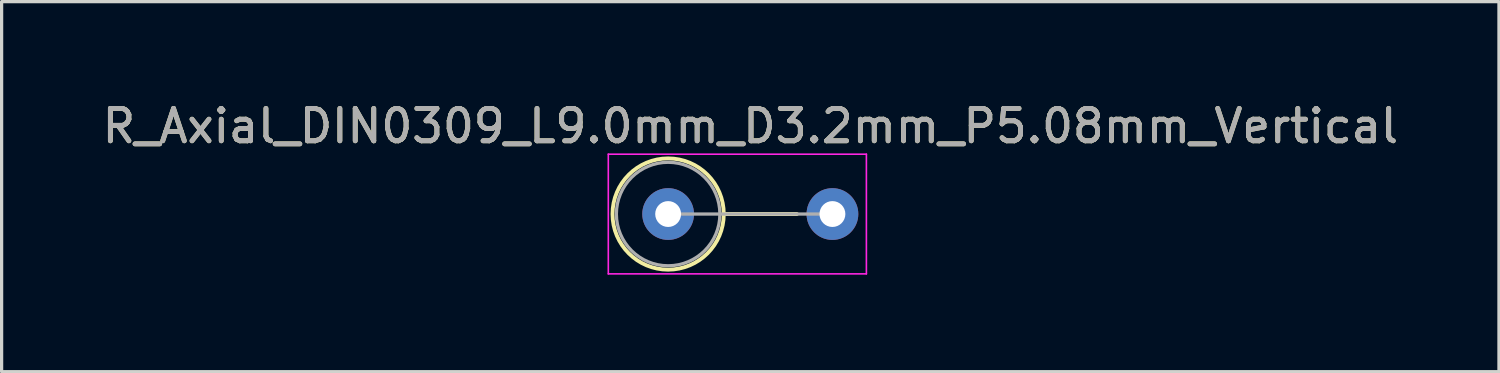
<source format=kicad_pcb>
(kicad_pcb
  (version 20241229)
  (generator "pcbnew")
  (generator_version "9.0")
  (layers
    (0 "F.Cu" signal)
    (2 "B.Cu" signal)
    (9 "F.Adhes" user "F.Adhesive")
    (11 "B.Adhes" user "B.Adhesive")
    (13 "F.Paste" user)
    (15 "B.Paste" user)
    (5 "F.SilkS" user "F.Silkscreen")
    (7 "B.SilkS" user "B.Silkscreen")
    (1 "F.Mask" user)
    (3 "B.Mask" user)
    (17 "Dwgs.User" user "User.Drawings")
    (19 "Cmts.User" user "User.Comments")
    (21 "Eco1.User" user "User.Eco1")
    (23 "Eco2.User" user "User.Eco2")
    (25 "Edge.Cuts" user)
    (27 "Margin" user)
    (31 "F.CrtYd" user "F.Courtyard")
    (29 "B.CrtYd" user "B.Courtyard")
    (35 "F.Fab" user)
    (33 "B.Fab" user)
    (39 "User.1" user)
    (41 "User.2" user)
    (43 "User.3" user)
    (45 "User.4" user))
  (footprint "R_Axial_DIN0309_L9.0mm_D3.2mm_P5.08mm_Vertical"
    (layer "F.Cu")
    (at 17.609 3.568)
    (property "Reference" "R_Axial_DIN0309_L9.0mm_D3.2mm_P5.08mm_Vertical" (at 2.54 -2.72 0) (layer "F.SilkS") (effects (font (size 1 1) (thickness 0.15))))
    (attr through_hole)
    (fp_line (start 1.72 0) (end 3.98 0) (stroke (width 0.12) (type solid)) (layer "F.SilkS"))
    (fp_circle (center 0 0) (end 1.72 0) (stroke (width 0.12) (type solid)) (fill no) (layer "F.SilkS"))
    (fp_line (start -1.85 -1.85) (end -1.85 1.85) (stroke (width 0.05) (type solid)) (layer "F.CrtYd"))
    (fp_line (start -1.85 1.85) (end 6.13 1.85) (stroke (width 0.05) (type solid)) (layer "F.CrtYd"))
    (fp_line (start 6.13 -1.85) (end -1.85 -1.85) (stroke (width 0.05) (type solid)) (layer "F.CrtYd"))
    (fp_line (start 6.13 1.85) (end 6.13 -1.85) (stroke (width 0.05) (type solid)) (layer "F.CrtYd"))
    (fp_line (start 0 0) (end 5.08 0) (stroke (width 0.1) (type solid)) (layer "F.Fab"))
    (fp_circle (center 0 0) (end 1.6 0) (stroke (width 0.1) (type solid)) (fill no) (layer "F.Fab"))
    (fp_text user "${REFERENCE}" (at 2.54 -2.72 0) (layer "F.Fab") (effects (font (size 1 1) (thickness 0.15))))
    (pad "1" thru_hole circle (at 0 0) (size 1.6 1.6) (drill 0.8) (layers "*.Cu" "*.Mask"))
    (pad "2" thru_hole oval (at 5.08 0) (size 1.6 1.6) (drill 0.8) (layers "*.Cu" "*.Mask")))
  (gr_rect
    (start -3 -3)
    (end 43.298 8.443)
    (stroke (width 0.1) (type default))
    (fill no)
    (layer "Edge.Cuts")))
</source>
